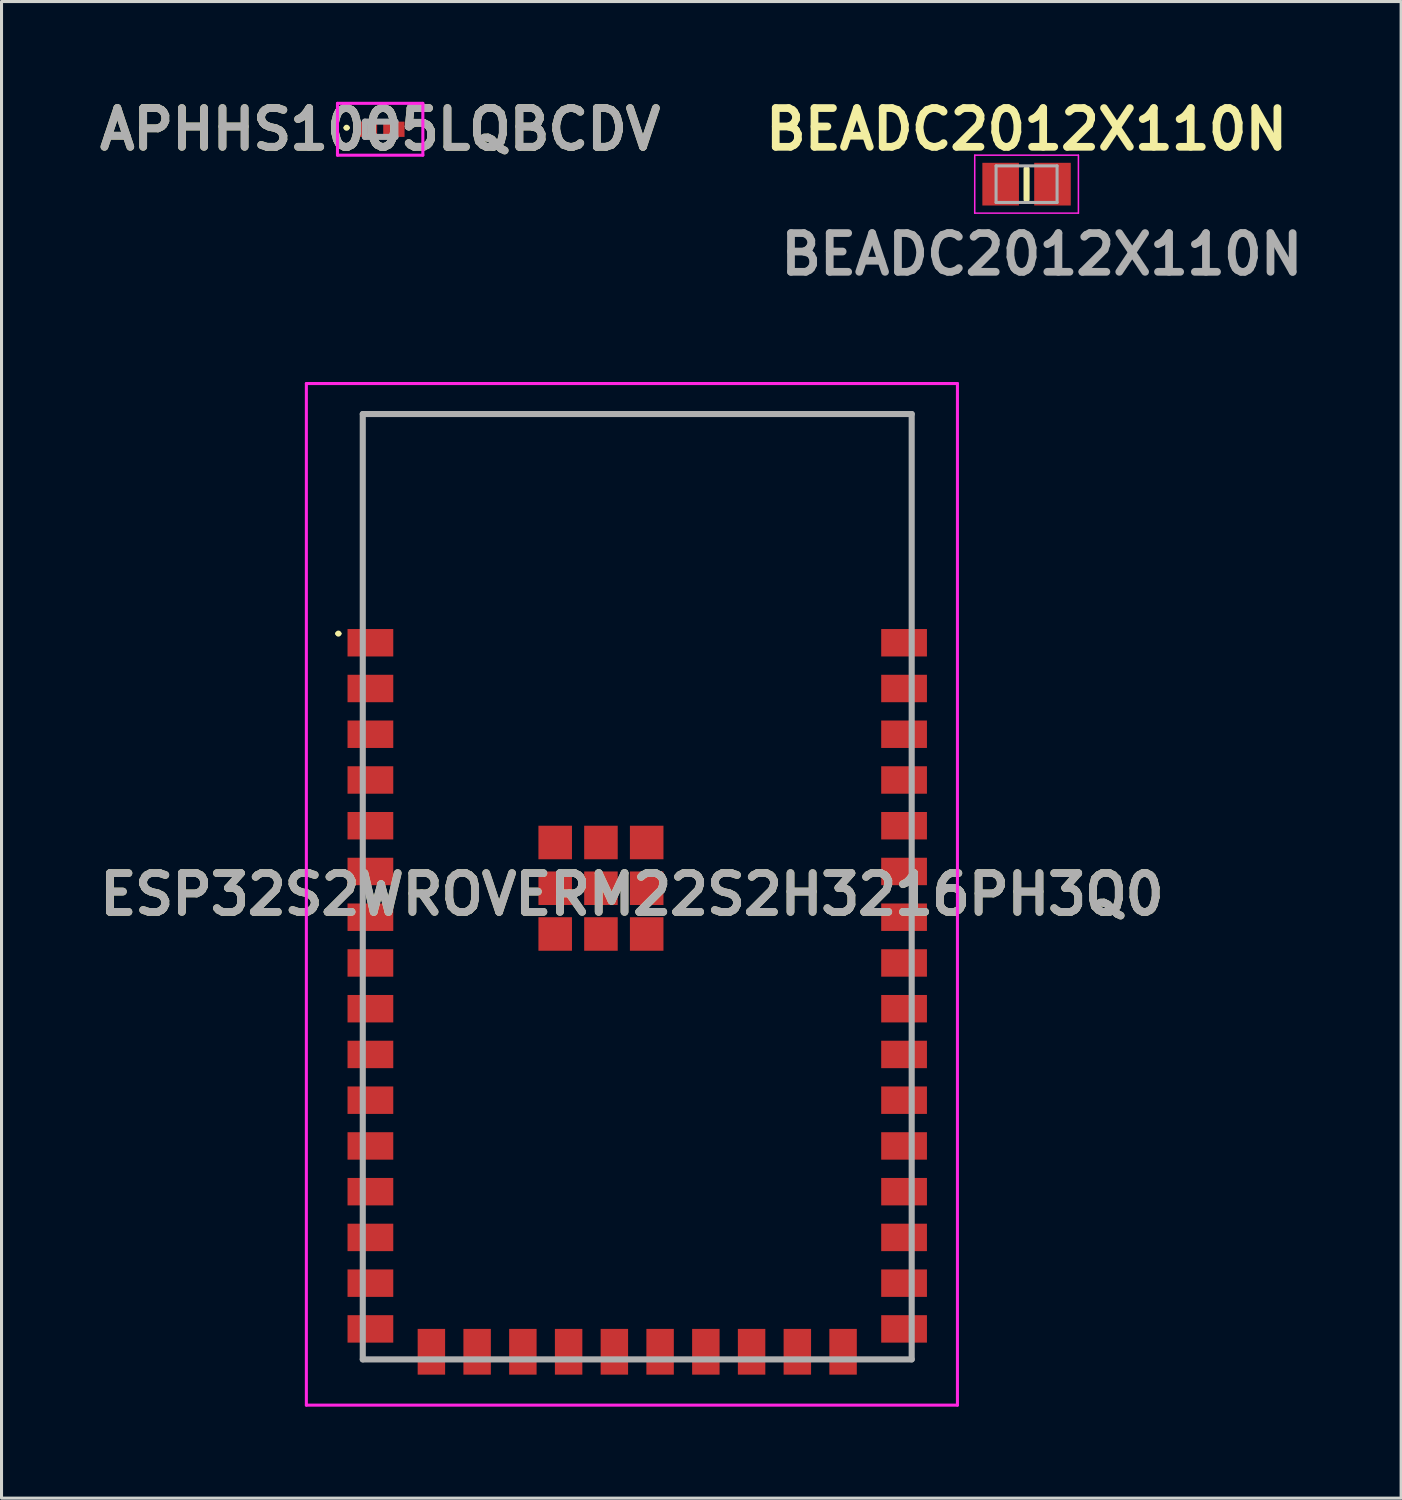
<source format=kicad_pcb>
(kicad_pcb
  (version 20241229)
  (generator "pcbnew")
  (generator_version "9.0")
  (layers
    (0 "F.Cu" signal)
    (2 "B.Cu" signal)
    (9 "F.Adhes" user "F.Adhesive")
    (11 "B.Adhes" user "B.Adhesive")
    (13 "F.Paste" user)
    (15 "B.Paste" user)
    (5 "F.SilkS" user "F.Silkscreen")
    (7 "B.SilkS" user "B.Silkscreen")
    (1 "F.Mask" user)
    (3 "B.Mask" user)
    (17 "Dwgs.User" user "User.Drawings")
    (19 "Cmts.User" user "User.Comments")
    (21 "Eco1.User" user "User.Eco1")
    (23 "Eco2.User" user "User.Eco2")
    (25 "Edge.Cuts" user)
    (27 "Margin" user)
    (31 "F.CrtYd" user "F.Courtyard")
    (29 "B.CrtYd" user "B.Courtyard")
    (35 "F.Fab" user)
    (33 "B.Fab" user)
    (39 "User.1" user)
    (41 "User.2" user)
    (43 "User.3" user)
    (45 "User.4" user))
  (footprint "APHHS1005LQBCDV"
    (layer "F.Cu")
    (at 9.416 1.189)
    (property "Reference" "APHHS1005LQBCDV" (at 0 0 0) (layer "F.SilkS") (effects (font (size 1.27 1.27) (thickness 0.254))))
    (attr smd)
    (fp_line (start -1.15 -0.05) (end -1.15 -0.05) (stroke (width 0.1) (type solid)) (layer "F.SilkS"))
    (fp_line (start -1.05 -0.05) (end -1.05 -0.05) (stroke (width 0.1) (type solid)) (layer "F.SilkS"))
    (fp_arc (start -1.15 -0.05) (mid -1.1 -0.1) (end -1.05 -0.05) (stroke (width 0.1) (type solid)) (layer "F.SilkS"))
    (fp_arc (start -1.05 -0.05) (mid -1.1 0) (end -1.15 -0.05) (stroke (width 0.1) (type solid)) (layer "F.SilkS"))
    (fp_line (start -1.4 -0.85) (end 1.4 -0.85) (stroke (width 0.1) (type solid)) (layer "F.CrtYd"))
    (fp_line (start -1.4 0.85) (end -1.4 -0.85) (stroke (width 0.1) (type solid)) (layer "F.CrtYd"))
    (fp_line (start 1.4 -0.85) (end 1.4 0.85) (stroke (width 0.1) (type solid)) (layer "F.CrtYd"))
    (fp_line (start 1.4 0.85) (end -1.4 0.85) (stroke (width 0.1) (type solid)) (layer "F.CrtYd"))
    (fp_line (start -0.5 -0.25) (end 0.5 -0.25) (stroke (width 0.2) (type solid)) (layer "F.Fab"))
    (fp_line (start -0.5 0.25) (end -0.5 -0.25) (stroke (width 0.2) (type solid)) (layer "F.Fab"))
    (fp_line (start 0.5 -0.25) (end 0.5 0.25) (stroke (width 0.2) (type solid)) (layer "F.Fab"))
    (fp_line (start 0.5 0.25) (end -0.5 0.25) (stroke (width 0.2) (type solid)) (layer "F.Fab"))
    (fp_text user "${REFERENCE}" (at 0 0 0) (layer "F.Fab") (effects (font (size 1.27 1.27) (thickness 0.254))))
    (pad "1" smd rect (at -0.45 0 90) (size 0.5 0.7) (layers "F.Cu" "F.Mask" "F.Paste"))
    (pad "2" smd rect (at 0.45 0 90) (size 0.5 0.7) (layers "F.Cu" "F.Mask" "F.Paste")))
  (footprint "BEADC2012X110N"
    (layer "F.Cu")
    (at 30.613 2.989)
    (property "Reference" "BEADC2012X110N" (at 0 -1.8 0) (layer "F.SilkS") (effects (font (size 1.27 1.27) (thickness 0.254))))
    (attr smd)
    (fp_line (start 0 -0.5) (end 0 0.5) (stroke (width 0.2) (type solid)) (layer "F.SilkS"))
    (fp_line (start -1.7 -0.95) (end 1.7 -0.95) (stroke (width 0.05) (type solid)) (layer "F.CrtYd"))
    (fp_line (start -1.7 0.95) (end -1.7 -0.95) (stroke (width 0.05) (type solid)) (layer "F.CrtYd"))
    (fp_line (start 1.7 -0.95) (end 1.7 0.95) (stroke (width 0.05) (type solid)) (layer "F.CrtYd"))
    (fp_line (start 1.7 0.95) (end -1.7 0.95) (stroke (width 0.05) (type solid)) (layer "F.CrtYd"))
    (fp_line (start -1 -0.6) (end 1 -0.6) (stroke (width 0.1) (type solid)) (layer "F.Fab"))
    (fp_line (start -1 0.6) (end -1 -0.6) (stroke (width 0.1) (type solid)) (layer "F.Fab"))
    (fp_line (start 1 -0.6) (end 1 0.6) (stroke (width 0.1) (type solid)) (layer "F.Fab"))
    (fp_line (start 1 0.6) (end -1 0.6) (stroke (width 0.1) (type solid)) (layer "F.Fab"))
    (fp_text user "${REFERENCE}" (at 0.5 2.3 0) (layer "F.Fab") (effects (font (size 1.27 1.27) (thickness 0.254))))
    (pad "1" smd rect (at -0.85 0) (size 1.2 1.4) (layers "F.Cu" "F.Mask" "F.Paste"))
    (pad "2" smd rect (at 0.85 0) (size 1.2 1.4) (layers "F.Cu" "F.Mask" "F.Paste")))
  (footprint "ESP32S2WROVERM22S2H3216PH3Q0"
    (layer "F.Cu")
    (at 9.096 40.527)
    (property "Reference" "ESP32S2WROVERM22S2H3216PH3Q0" (at 8.575 -14.25 0) (layer "F.SilkS") (effects (font (size 1.27 1.27) (thickness 0.254))))
    (attr smd)
    (fp_line (start -1.1 -22.8) (end -1.1 -22.8) (stroke (width 0.1) (type solid)) (layer "F.SilkS"))
    (fp_line (start -1 -22.8) (end -1 -22.8) (stroke (width 0.1) (type solid)) (layer "F.SilkS"))
    (fp_line (start -0.25 -30) (end 17.75 -30) (stroke (width 0.1) (type solid)) (layer "F.SilkS"))
    (fp_line (start -0.25 -24) (end -0.25 -30) (stroke (width 0.1) (type solid)) (layer "F.SilkS"))
    (fp_line (start 17.75 -30) (end 17.75 -24) (stroke (width 0.1) (type solid)) (layer "F.SilkS"))
    (fp_arc (start -1.1 -22.8) (mid -1.05 -22.85) (end -1 -22.8) (stroke (width 0.1) (type solid)) (layer "F.SilkS"))
    (fp_arc (start -1 -22.8) (mid -1.05 -22.75) (end -1.1 -22.8) (stroke (width 0.1) (type solid)) (layer "F.SilkS"))
    (fp_line (start -2.1 -31) (end 19.25 -31) (stroke (width 0.1) (type solid)) (layer "F.CrtYd"))
    (fp_line (start -2.1 2.5) (end -2.1 -31) (stroke (width 0.1) (type solid)) (layer "F.CrtYd"))
    (fp_line (start 19.25 -31) (end 19.25 2.5) (stroke (width 0.1) (type solid)) (layer "F.CrtYd"))
    (fp_line (start 19.25 2.5) (end -2.1 2.5) (stroke (width 0.1) (type solid)) (layer "F.CrtYd"))
    (fp_line (start -0.25 -30) (end 17.75 -30) (stroke (width 0.2) (type solid)) (layer "F.Fab"))
    (fp_line (start -0.25 1) (end -0.25 -30) (stroke (width 0.2) (type solid)) (layer "F.Fab"))
    (fp_line (start 17.75 -30) (end 17.75 1) (stroke (width 0.2) (type solid)) (layer "F.Fab"))
    (fp_line (start 17.75 1) (end -0.25 1) (stroke (width 0.2) (type solid)) (layer "F.Fab"))
    (fp_text user "${REFERENCE}" (at 8.575 -14.25 0) (layer "F.Fab") (effects (font (size 1.27 1.27) (thickness 0.254))))
    (pad "1" smd rect (at 0 -22.5 90) (size 0.9 1.5) (layers "F.Cu" "F.Mask" "F.Paste"))
    (pad "2" smd rect (at 0 -21 90) (size 0.9 1.5) (layers "F.Cu" "F.Mask" "F.Paste"))
    (pad "3" smd rect (at 0 -19.5 90) (size 0.9 1.5) (layers "F.Cu" "F.Mask" "F.Paste"))
    (pad "4" smd rect (at 0 -18 90) (size 0.9 1.5) (layers "F.Cu" "F.Mask" "F.Paste"))
    (pad "5" smd rect (at 0 -16.5 90) (size 0.9 1.5) (layers "F.Cu" "F.Mask" "F.Paste"))
    (pad "6" smd rect (at 0 -15 90) (size 0.9 1.5) (layers "F.Cu" "F.Mask" "F.Paste"))
    (pad "7" smd rect (at 0 -13.5 90) (size 0.9 1.5) (layers "F.Cu" "F.Mask" "F.Paste"))
    (pad "8" smd rect (at 0 -12 90) (size 0.9 1.5) (layers "F.Cu" "F.Mask" "F.Paste"))
    (pad "9" smd rect (at 0 -10.5 90) (size 0.9 1.5) (layers "F.Cu" "F.Mask" "F.Paste"))
    (pad "10" smd rect (at 0 -9 90) (size 0.9 1.5) (layers "F.Cu" "F.Mask" "F.Paste"))
    (pad "11" smd rect (at 0 -7.5 90) (size 0.9 1.5) (layers "F.Cu" "F.Mask" "F.Paste"))
    (pad "12" smd rect (at 0 -6 90) (size 0.9 1.5) (layers "F.Cu" "F.Mask" "F.Paste"))
    (pad "13" smd rect (at 0 -4.5 90) (size 0.9 1.5) (layers "F.Cu" "F.Mask" "F.Paste"))
    (pad "14" smd rect (at 0 -3 90) (size 0.9 1.5) (layers "F.Cu" "F.Mask" "F.Paste"))
    (pad "15" smd rect (at 0 -1.5 90) (size 0.9 1.5) (layers "F.Cu" "F.Mask" "F.Paste"))
    (pad "16" smd rect (at 0 0 90) (size 0.9 1.5) (layers "F.Cu" "F.Mask" "F.Paste"))
    (pad "17" smd rect (at 2 0.75) (size 0.9 1.5) (layers "F.Cu" "F.Mask" "F.Paste"))
    (pad "18" smd rect (at 3.5 0.75) (size 0.9 1.5) (layers "F.Cu" "F.Mask" "F.Paste"))
    (pad "19" smd rect (at 5 0.75) (size 0.9 1.5) (layers "F.Cu" "F.Mask" "F.Paste"))
    (pad "20" smd rect (at 6.5 0.75) (size 0.9 1.5) (layers "F.Cu" "F.Mask" "F.Paste"))
    (pad "21" smd rect (at 8 0.75) (size 0.9 1.5) (layers "F.Cu" "F.Mask" "F.Paste"))
    (pad "22" smd rect (at 9.5 0.75) (size 0.9 1.5) (layers "F.Cu" "F.Mask" "F.Paste"))
    (pad "23" smd rect (at 11 0.75) (size 0.9 1.5) (layers "F.Cu" "F.Mask" "F.Paste"))
    (pad "24" smd rect (at 12.5 0.75) (size 0.9 1.5) (layers "F.Cu" "F.Mask" "F.Paste"))
    (pad "25" smd rect (at 14 0.75) (size 0.9 1.5) (layers "F.Cu" "F.Mask" "F.Paste"))
    (pad "26" smd rect (at 15.5 0.75) (size 0.9 1.5) (layers "F.Cu" "F.Mask" "F.Paste"))
    (pad "27" smd rect (at 17.5 0 90) (size 0.9 1.5) (layers "F.Cu" "F.Mask" "F.Paste"))
    (pad "28" smd rect (at 17.5 -1.5 90) (size 0.9 1.5) (layers "F.Cu" "F.Mask" "F.Paste"))
    (pad "29" smd rect (at 17.5 -3 90) (size 0.9 1.5) (layers "F.Cu" "F.Mask" "F.Paste"))
    (pad "30" smd rect (at 17.5 -4.5 90) (size 0.9 1.5) (layers "F.Cu" "F.Mask" "F.Paste"))
    (pad "31" smd rect (at 17.5 -6 90) (size 0.9 1.5) (layers "F.Cu" "F.Mask" "F.Paste"))
    (pad "32" smd rect (at 17.5 -7.5 90) (size 0.9 1.5) (layers "F.Cu" "F.Mask" "F.Paste"))
    (pad "33" smd rect (at 17.5 -9 90) (size 0.9 1.5) (layers "F.Cu" "F.Mask" "F.Paste"))
    (pad "34" smd rect (at 17.5 -10.5 90) (size 0.9 1.5) (layers "F.Cu" "F.Mask" "F.Paste"))
    (pad "35" smd rect (at 17.5 -12 90) (size 0.9 1.5) (layers "F.Cu" "F.Mask" "F.Paste"))
    (pad "36" smd rect (at 17.5 -13.5 90) (size 0.9 1.5) (layers "F.Cu" "F.Mask" "F.Paste"))
    (pad "37" smd rect (at 17.5 -15 90) (size 0.9 1.5) (layers "F.Cu" "F.Mask" "F.Paste"))
    (pad "38" smd rect (at 17.5 -16.5 90) (size 0.9 1.5) (layers "F.Cu" "F.Mask" "F.Paste"))
    (pad "39" smd rect (at 17.5 -18 90) (size 0.9 1.5) (layers "F.Cu" "F.Mask" "F.Paste"))
    (pad "40" smd rect (at 17.5 -19.5 90) (size 0.9 1.5) (layers "F.Cu" "F.Mask" "F.Paste"))
    (pad "41" smd rect (at 17.5 -21 90) (size 0.9 1.5) (layers "F.Cu" "F.Mask" "F.Paste"))
    (pad "42" smd rect (at 17.5 -22.5 90) (size 0.9 1.5) (layers "F.Cu" "F.Mask" "F.Paste"))
    (pad "43" smd rect (at 7.56 -14.45) (size 1.1 1.1) (layers "F.Cu" "F.Mask" "F.Paste"))
    (pad "44" smd rect (at 9.06 -14.45) (size 1.1 1.1) (layers "F.Cu" "F.Mask" "F.Paste"))
    (pad "45" smd rect (at 9.06 -15.95) (size 1.1 1.1) (layers "F.Cu" "F.Mask" "F.Paste"))
    (pad "46" smd rect (at 7.56 -15.95) (size 1.1 1.1) (layers "F.Cu" "F.Mask" "F.Paste"))
    (pad "47" smd rect (at 6.06 -15.95) (size 1.1 1.1) (layers "F.Cu" "F.Mask" "F.Paste"))
    (pad "48" smd rect (at 6.06 -14.45) (size 1.1 1.1) (layers "F.Cu" "F.Mask" "F.Paste"))
    (pad "49" smd rect (at 6.06 -12.95) (size 1.1 1.1) (layers "F.Cu" "F.Mask" "F.Paste"))
    (pad "50" smd rect (at 7.56 -12.95) (size 1.1 1.1) (layers "F.Cu" "F.Mask" "F.Paste"))
    (pad "51" smd rect (at 9.06 -12.95) (size 1.1 1.1) (layers "F.Cu" "F.Mask" "F.Paste")))
  (gr_rect
    (start -3 -3)
    (end 42.895 46.077)
    (stroke (width 0.1) (type default))
    (fill no)
    (layer "Edge.Cuts")))
</source>
